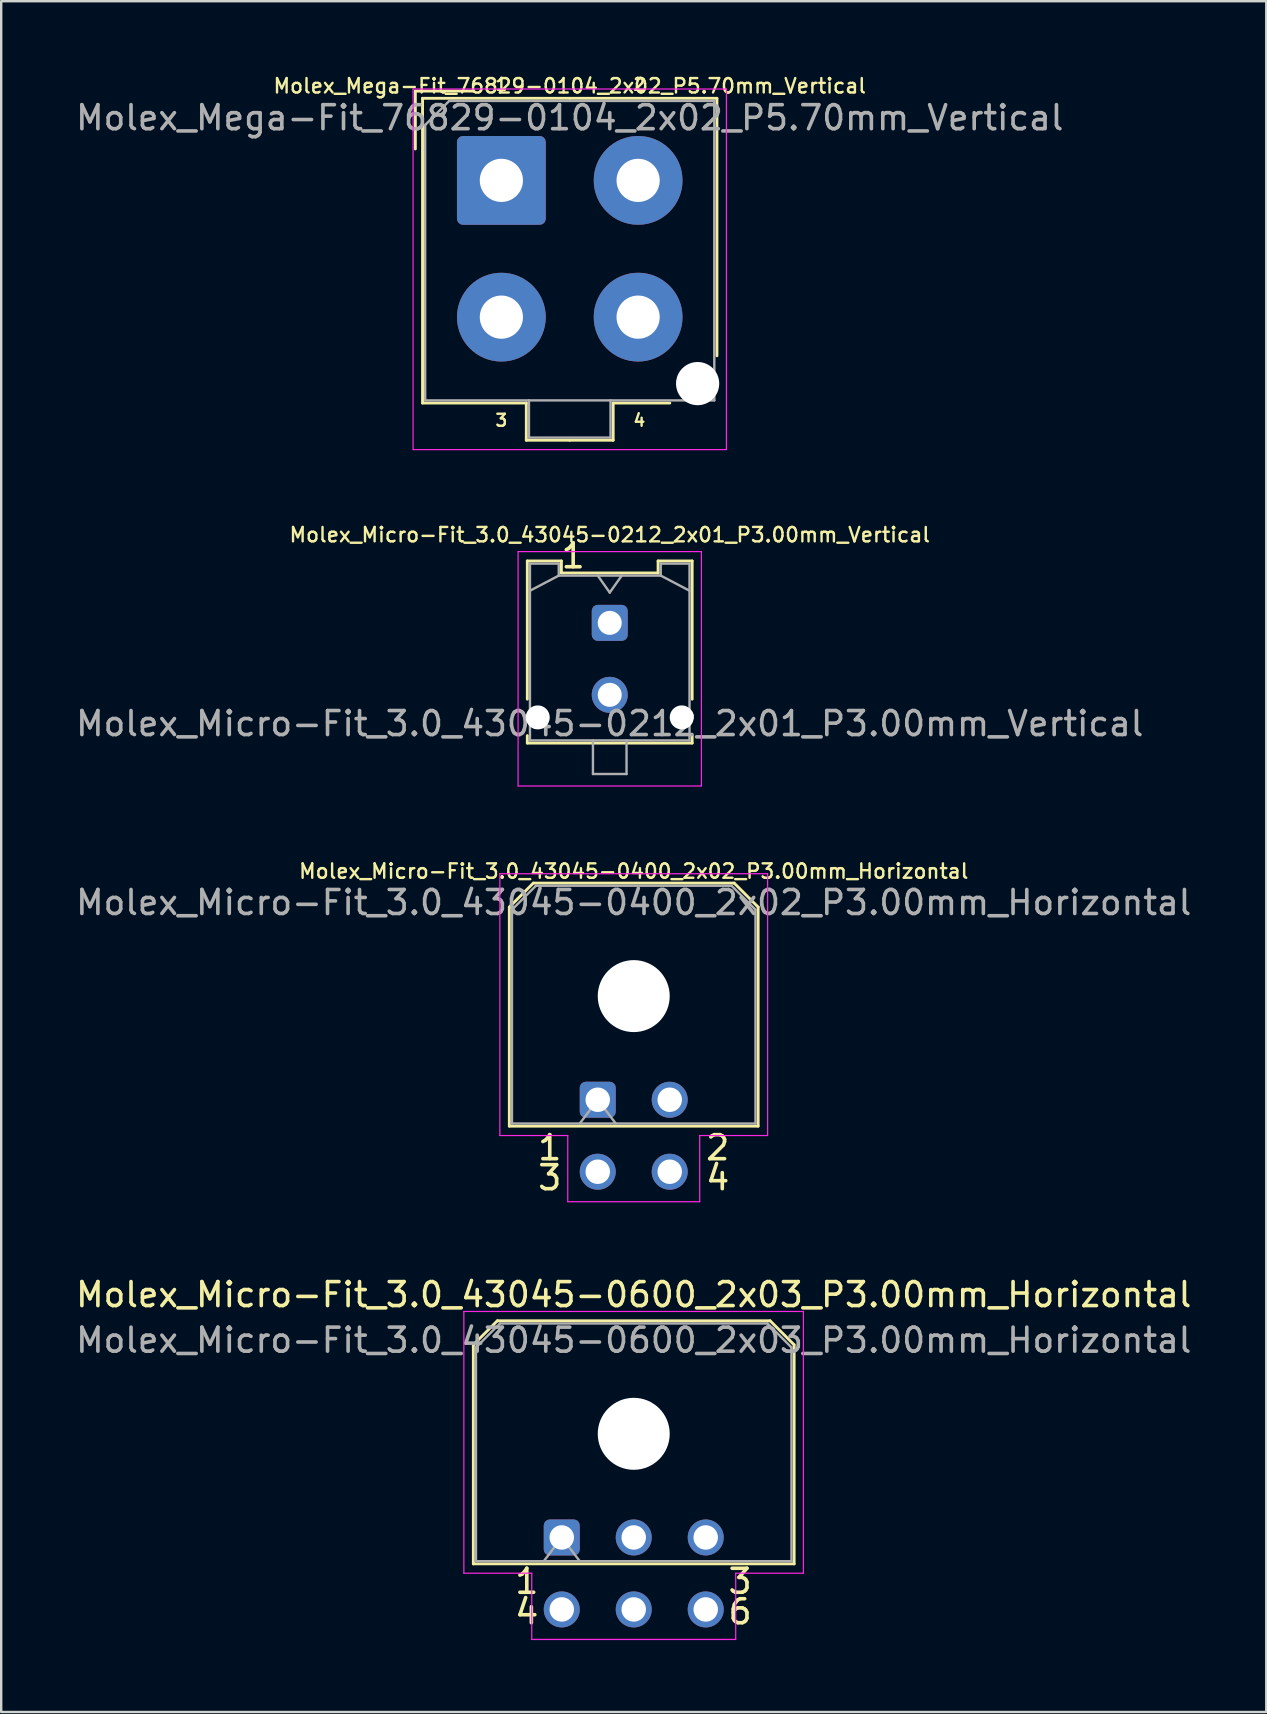
<source format=kicad_pcb>
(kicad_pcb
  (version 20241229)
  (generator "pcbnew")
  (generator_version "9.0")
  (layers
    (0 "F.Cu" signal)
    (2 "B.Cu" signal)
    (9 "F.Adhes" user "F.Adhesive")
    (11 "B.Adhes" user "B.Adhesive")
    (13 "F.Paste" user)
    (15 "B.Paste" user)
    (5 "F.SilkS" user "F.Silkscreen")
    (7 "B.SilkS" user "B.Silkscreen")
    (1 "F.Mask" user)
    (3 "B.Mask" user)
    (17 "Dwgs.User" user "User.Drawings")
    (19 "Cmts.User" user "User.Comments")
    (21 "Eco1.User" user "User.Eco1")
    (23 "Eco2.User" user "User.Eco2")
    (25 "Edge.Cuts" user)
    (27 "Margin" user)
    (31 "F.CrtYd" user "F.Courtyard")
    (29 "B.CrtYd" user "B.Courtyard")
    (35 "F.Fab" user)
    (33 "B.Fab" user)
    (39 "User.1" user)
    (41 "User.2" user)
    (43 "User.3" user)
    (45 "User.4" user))
  (footprint "Molex_Mega-Fit_76829-0104_2x02_P5.70mm_Vertical"
    (layer "F.Cu")
    (at 17.846 4.468)
    (property "Reference" "Molex_Mega-Fit_76829-0104_2x02_P5.70mm_Vertical" (at 2.85 -3.937 0) (layer "F.SilkS") (effects (font (size 0.6 0.6) (thickness 0.1))))
    (attr through_hole)
    (fp_line (start -3.585 -3.72) (end -1.175 -3.72) (stroke (width 0.12) (type solid)) (layer "F.SilkS"))
    (fp_line (start -3.585 -1.31) (end -3.585 -3.72) (stroke (width 0.12) (type solid)) (layer "F.SilkS"))
    (fp_line (start -3.285 -3.42) (end -3.285 9.28) (stroke (width 0.12) (type solid)) (layer "F.SilkS"))
    (fp_line (start -3.285 9.28) (end 1.04 9.28) (stroke (width 0.12) (type solid)) (layer "F.SilkS"))
    (fp_line (start 1.04 9.28) (end 1.04 10.83) (stroke (width 0.12) (type solid)) (layer "F.SilkS"))
    (fp_line (start 1.04 10.83) (end 2.85 10.83) (stroke (width 0.12) (type solid)) (layer "F.SilkS"))
    (fp_line (start 2.85 -3.42) (end -3.285 -3.42) (stroke (width 0.12) (type solid)) (layer "F.SilkS"))
    (fp_line (start 2.85 -3.42) (end 8.985 -3.42) (stroke (width 0.12) (type solid)) (layer "F.SilkS"))
    (fp_line (start 4.66 9.28) (end 4.66 10.83) (stroke (width 0.12) (type solid)) (layer "F.SilkS"))
    (fp_line (start 4.66 10.83) (end 2.85 10.83) (stroke (width 0.12) (type solid)) (layer "F.SilkS"))
    (fp_line (start 7.02 9.28) (end 4.66 9.28) (stroke (width 0.12) (type solid)) (layer "F.SilkS"))
    (fp_line (start 8.985 -3.42) (end 8.985 7.31) (stroke (width 0.12) (type solid)) (layer "F.SilkS"))
    (fp_line (start -3.68 -3.81) (end -3.68 11.22) (stroke (width 0.05) (type solid)) (layer "F.CrtYd"))
    (fp_line (start -3.68 11.22) (end 9.38 11.22) (stroke (width 0.05) (type solid)) (layer "F.CrtYd"))
    (fp_line (start 9.38 -3.81) (end -3.68 -3.81) (stroke (width 0.05) (type solid)) (layer "F.CrtYd"))
    (fp_line (start 9.38 11.22) (end 9.38 -3.81) (stroke (width 0.05) (type solid)) (layer "F.CrtYd"))
    (fp_line (start -3.175 -2.31) (end -3.175 9.17) (stroke (width 0.1) (type solid)) (layer "F.Fab"))
    (fp_line (start -3.175 9.17) (end 8.875 9.17) (stroke (width 0.1) (type solid)) (layer "F.Fab"))
    (fp_line (start -2.175 -3.31) (end -3.175 -2.31) (stroke (width 0.1) (type solid)) (layer "F.Fab"))
    (fp_line (start 1.15 9.17) (end 1.15 10.72) (stroke (width 0.1) (type solid)) (layer "F.Fab"))
    (fp_line (start 1.15 10.72) (end 4.55 10.72) (stroke (width 0.1) (type solid)) (layer "F.Fab"))
    (fp_line (start 4.55 10.72) (end 4.55 9.17) (stroke (width 0.1) (type solid)) (layer "F.Fab"))
    (fp_line (start 8.875 -3.31) (end -2.175 -3.31) (stroke (width 0.1) (type solid)) (layer "F.Fab"))
    (fp_line (start 8.875 9.17) (end 8.875 -3.31) (stroke (width 0.1) (type solid)) (layer "F.Fab"))
    (fp_text user "4" (at 5.75 10 0) (unlocked yes) (layer "F.SilkS") (effects (font (size 0.5 0.5) (thickness 0.1))))
    (fp_text user "1" (at 0 -4 0) (unlocked yes) (layer "F.SilkS") (effects (font (size 0.5 0.5) (thickness 0.1))))
    (fp_text user "2" (at 5.75 -4 0) (unlocked yes) (layer "F.SilkS") (effects (font (size 0.5 0.5) (thickness 0.1))))
    (fp_text user "3" (at 0 10 0) (unlocked yes) (layer "F.SilkS") (effects (font (size 0.5 0.5) (thickness 0.1))))
    (fp_text user "${REFERENCE}" (at 2.85 -2.61 0) (layer "F.Fab") (effects (font (size 1 1) (thickness 0.15))))
    (pad "" np_thru_hole circle (at 8.18 8.47) (size 1.8 1.8) (drill 1.8) (layers "*.Cu" "*.Mask"))
    (pad "1" thru_hole roundrect (at 0 0) (size 3.7 3.7) (drill 1.8) (layers "*.Cu" "*.Mask") (roundrect_rratio 0.068))
    (pad "2" thru_hole circle (at 5.7 0) (size 3.7 3.7) (drill 1.8) (layers "*.Cu" "*.Mask"))
    (pad "3" thru_hole circle (at 0 5.7) (size 3.7 3.7) (drill 1.8) (layers "*.Cu" "*.Mask"))
    (pad "4" thru_hole circle (at 5.7 5.7) (size 3.7 3.7) (drill 1.8) (layers "*.Cu" "*.Mask")))
  (footprint "Molex_Micro-Fit_3.0_43045-0400_2x02_P3.00mm_Horizontal"
    (layer "F.Cu")
    (at 21.863 42.786)
    (property "Reference" "Molex_Micro-Fit_3.0_43045-0400_2x02_P3.00mm_Horizontal" (at 1.5 -9.525 0) (layer "F.SilkS") (effects (font (size 0.6 0.6) (thickness 0.1))))
    (attr through_hole)
    (fp_line (start -3.685 -8.03) (end -2.685 -9.03) (stroke (width 0.12) (type solid)) (layer "F.SilkS"))
    (fp_line (start -3.685 1.1) (end -3.685 -8.03) (stroke (width 0.12) (type solid)) (layer "F.SilkS"))
    (fp_line (start -2.685 -9.03) (end 5.685 -9.03) (stroke (width 0.12) (type solid)) (layer "F.SilkS"))
    (fp_line (start 5.685 -9.03) (end 6.685 -8.03) (stroke (width 0.12) (type solid)) (layer "F.SilkS"))
    (fp_line (start 6.685 -8.03) (end 6.685 1.1) (stroke (width 0.12) (type solid)) (layer "F.SilkS"))
    (fp_line (start 6.685 1.1) (end -3.685 1.1) (stroke (width 0.12) (type solid)) (layer "F.SilkS"))
    (fp_line (start -4.08 -9.42) (end 7.08 -9.42) (stroke (width 0.05) (type solid)) (layer "F.CrtYd"))
    (fp_line (start -4.08 1.49) (end -4.08 -9.42) (stroke (width 0.05) (type solid)) (layer "F.CrtYd"))
    (fp_line (start -1.25 1.49) (end -4.08 1.49) (stroke (width 0.05) (type solid)) (layer "F.CrtYd"))
    (fp_line (start -1.25 4.25) (end -1.25 1.49) (stroke (width 0.05) (type solid)) (layer "F.CrtYd"))
    (fp_line (start 4.25 1.49) (end 4.25 4.25) (stroke (width 0.05) (type solid)) (layer "F.CrtYd"))
    (fp_line (start 4.25 4.25) (end -1.25 4.25) (stroke (width 0.05) (type solid)) (layer "F.CrtYd"))
    (fp_line (start 7.08 -9.42) (end 7.08 1.49) (stroke (width 0.05) (type solid)) (layer "F.CrtYd"))
    (fp_line (start 7.08 1.49) (end 4.25 1.49) (stroke (width 0.05) (type solid)) (layer "F.CrtYd"))
    (fp_line (start -3.575 -7.92) (end -2.575 -8.92) (stroke (width 0.1) (type solid)) (layer "F.Fab"))
    (fp_line (start -3.575 0.99) (end -3.575 -7.92) (stroke (width 0.1) (type solid)) (layer "F.Fab"))
    (fp_line (start -2.575 -8.92) (end 5.575 -8.92) (stroke (width 0.1) (type solid)) (layer "F.Fab"))
    (fp_line (start -0.75 0.99) (end 0 0) (stroke (width 0.1) (type solid)) (layer "F.Fab"))
    (fp_line (start 0 0) (end 0.75 0.99) (stroke (width 0.1) (type solid)) (layer "F.Fab"))
    (fp_line (start 5.575 -8.92) (end 6.575 -7.92) (stroke (width 0.1) (type solid)) (layer "F.Fab"))
    (fp_line (start 6.575 -7.92) (end 6.575 0.99) (stroke (width 0.1) (type solid)) (layer "F.Fab"))
    (fp_line (start 6.575 0.99) (end -3.575 0.99) (stroke (width 0.1) (type solid)) (layer "F.Fab"))
    (fp_text user "3" (at -2 3.25 0) (unlocked yes) (layer "F.SilkS") (effects (font (size 1 1) (thickness 0.15))))
    (fp_text user "1" (at -2 2 0) (unlocked yes) (layer "F.SilkS") (effects (font (size 1 1) (thickness 0.15))))
    (fp_text user "2" (at 5 2 0) (unlocked yes) (layer "F.SilkS") (effects (font (size 1 1) (thickness 0.15))))
    (fp_text user "4" (at 5 3.25 0) (unlocked yes) (layer "F.SilkS") (effects (font (size 1 1) (thickness 0.15))))
    (fp_text user "${REFERENCE}" (at 1.5 -8.22 0) (layer "F.Fab") (effects (font (size 1 1) (thickness 0.15))))
    (pad "" np_thru_hole circle (at 1.5 -4.32) (size 3 3) (drill 3) (layers "*.Cu" "*.Mask"))
    (pad "1" thru_hole roundrect (at 0 0) (size 1.5 1.5) (drill 1.02) (layers "*.Cu" "*.Mask") (roundrect_rratio 0.167))
    (pad "2" thru_hole circle (at 3 0) (size 1.5 1.5) (drill 1.02) (layers "*.Cu" "*.Mask"))
    (pad "3" thru_hole circle (at 0 3) (size 1.5 1.5) (drill 1.02) (layers "*.Cu" "*.Mask"))
    (pad "4" thru_hole circle (at 3 3) (size 1.5 1.5) (drill 1.02) (layers "*.Cu" "*.Mask")))
  (footprint "Molex_Micro-Fit_3.0_43045-0212_2x01_P3.00mm_Vertical"
    (layer "F.Cu")
    (at 22.363 22.91)
    (property "Reference" "Molex_Micro-Fit_3.0_43045-0212_2x01_P3.00mm_Vertical" (at 0 -3.67 0) (layer "F.SilkS") (effects (font (size 0.6 0.6) (thickness 0.1))))
    (attr through_hole)
    (fp_line (start -3.435 -2.58) (end -2.015 -2.58) (stroke (width 0.12) (type solid)) (layer "F.SilkS"))
    (fp_line (start -3.435 3.18) (end -3.435 -2.58) (stroke (width 0.12) (type solid)) (layer "F.SilkS"))
    (fp_line (start -3.435 4.7) (end -3.435 5.01) (stroke (width 0.12) (type solid)) (layer "F.SilkS"))
    (fp_line (start -3.435 5.01) (end 3.435 5.01) (stroke (width 0.12) (type solid)) (layer "F.SilkS"))
    (fp_line (start -2.015 -2.58) (end -2.015 -2.08) (stroke (width 0.12) (type solid)) (layer "F.SilkS"))
    (fp_line (start -2.015 -2.08) (end 2.015 -2.08) (stroke (width 0.12) (type solid)) (layer "F.SilkS"))
    (fp_line (start 2.015 -2.58) (end 3.435 -2.58) (stroke (width 0.12) (type solid)) (layer "F.SilkS"))
    (fp_line (start 2.015 -2.08) (end 2.015 -2.58) (stroke (width 0.12) (type solid)) (layer "F.SilkS"))
    (fp_line (start 3.435 -2.58) (end 3.435 3.18) (stroke (width 0.12) (type solid)) (layer "F.SilkS"))
    (fp_line (start 3.435 5.01) (end 3.435 4.7) (stroke (width 0.12) (type solid)) (layer "F.SilkS"))
    (fp_line (start -3.82 -2.97) (end 3.82 -2.97) (stroke (width 0.05) (type solid)) (layer "F.CrtYd"))
    (fp_line (start -3.82 6.8) (end -3.82 -2.97) (stroke (width 0.05) (type solid)) (layer "F.CrtYd"))
    (fp_line (start 3.82 -2.97) (end 3.82 6.8) (stroke (width 0.05) (type solid)) (layer "F.CrtYd"))
    (fp_line (start 3.82 6.8) (end -3.82 6.8) (stroke (width 0.05) (type solid)) (layer "F.CrtYd"))
    (fp_line (start -3.325 -2.47) (end -3.325 4.9) (stroke (width 0.1) (type solid)) (layer "F.Fab"))
    (fp_line (start -3.325 -1.34) (end -2.125 -1.97) (stroke (width 0.1) (type solid)) (layer "F.Fab"))
    (fp_line (start -3.325 4.9) (end 3.325 4.9) (stroke (width 0.1) (type solid)) (layer "F.Fab"))
    (fp_line (start -2.125 -2.47) (end -3.325 -2.47) (stroke (width 0.1) (type solid)) (layer "F.Fab"))
    (fp_line (start -2.125 -1.97) (end -2.125 -2.47) (stroke (width 0.1) (type solid)) (layer "F.Fab"))
    (fp_line (start -0.7 4.9) (end -0.7 6.3) (stroke (width 0.1) (type solid)) (layer "F.Fab"))
    (fp_line (start -0.7 6.3) (end 0.7 6.3) (stroke (width 0.1) (type solid)) (layer "F.Fab"))
    (fp_line (start -0.5 -1.97) (end 0 -1.263) (stroke (width 0.1) (type solid)) (layer "F.Fab"))
    (fp_line (start 0 -1.263) (end 0.5 -1.97) (stroke (width 0.1) (type solid)) (layer "F.Fab"))
    (fp_line (start 0.7 6.3) (end 0.7 4.9) (stroke (width 0.1) (type solid)) (layer "F.Fab"))
    (fp_line (start 2.125 -2.47) (end 2.125 -1.97) (stroke (width 0.1) (type solid)) (layer "F.Fab"))
    (fp_line (start 2.125 -1.97) (end -2.125 -1.97) (stroke (width 0.1) (type solid)) (layer "F.Fab"))
    (fp_line (start 3.325 -2.47) (end 2.125 -2.47) (stroke (width 0.1) (type solid)) (layer "F.Fab"))
    (fp_line (start 3.325 -1.34) (end 2.125 -1.97) (stroke (width 0.1) (type solid)) (layer "F.Fab"))
    (fp_line (start 3.325 4.9) (end 3.325 -2.47) (stroke (width 0.1) (type solid)) (layer "F.Fab"))
    (fp_text user "1" (at -1.524 -2.794 0) (unlocked yes) (layer "F.SilkS") (effects (font (size 1 1) (thickness 0.15))))
    (fp_text user "${REFERENCE}" (at 0 4.2 0) (layer "F.Fab") (effects (font (size 1 1) (thickness 0.15))))
    (pad "" np_thru_hole circle (at -3 3.94) (size 1 1) (drill 1) (layers "*.Cu" "*.Mask"))
    (pad "" np_thru_hole circle (at 3 3.94) (size 1 1) (drill 1) (layers "*.Cu" "*.Mask"))
    (pad "1" thru_hole roundrect (at 0 0) (size 1.5 1.5) (drill 1) (layers "*.Cu" "*.Mask") (roundrect_rratio 0.167))
    (pad "2" thru_hole circle (at 0 3) (size 1.5 1.5) (drill 1) (layers "*.Cu" "*.Mask")))
  (footprint "Molex_Micro-Fit_3.0_43045-0600_2x03_P3.00mm_Horizontal"
    (layer "F.Cu")
    (at 20.363 61.029)
    (property "Reference" "Molex_Micro-Fit_3.0_43045-0600_2x03_P3.00mm_Horizontal" (at 3 -10.12 0) (layer "F.SilkS") (effects (font (size 1 1) (thickness 0.15))))
    (attr through_hole)
    (fp_line (start -3.685 -8.03) (end -2.685 -9.03) (stroke (width 0.12) (type solid)) (layer "F.SilkS"))
    (fp_line (start -3.685 1.1) (end -3.685 -8.03) (stroke (width 0.12) (type solid)) (layer "F.SilkS"))
    (fp_line (start -2.685 -9.03) (end 8.685 -9.03) (stroke (width 0.12) (type solid)) (layer "F.SilkS"))
    (fp_line (start 8.685 -9.03) (end 9.685 -8.03) (stroke (width 0.12) (type solid)) (layer "F.SilkS"))
    (fp_line (start 9.685 -8.03) (end 9.685 1.1) (stroke (width 0.12) (type solid)) (layer "F.SilkS"))
    (fp_line (start 9.685 1.1) (end -3.685 1.1) (stroke (width 0.12) (type solid)) (layer "F.SilkS"))
    (fp_line (start -4.08 -9.42) (end 10.07 -9.42) (stroke (width 0.05) (type solid)) (layer "F.CrtYd"))
    (fp_line (start -4.08 1.49) (end -4.08 -9.42) (stroke (width 0.05) (type solid)) (layer "F.CrtYd"))
    (fp_line (start -1.25 1.49) (end -4.08 1.49) (stroke (width 0.05) (type solid)) (layer "F.CrtYd"))
    (fp_line (start -1.25 4.25) (end -1.25 1.49) (stroke (width 0.05) (type solid)) (layer "F.CrtYd"))
    (fp_line (start 7.25 1.49) (end 7.25 4.25) (stroke (width 0.05) (type solid)) (layer "F.CrtYd"))
    (fp_line (start 7.25 4.25) (end -1.25 4.25) (stroke (width 0.05) (type solid)) (layer "F.CrtYd"))
    (fp_line (start 10.07 -9.42) (end 10.07 1.49) (stroke (width 0.05) (type solid)) (layer "F.CrtYd"))
    (fp_line (start 10.07 1.49) (end 7.25 1.49) (stroke (width 0.05) (type solid)) (layer "F.CrtYd"))
    (fp_line (start -3.575 -7.92) (end -2.575 -8.92) (stroke (width 0.1) (type solid)) (layer "F.Fab"))
    (fp_line (start -3.575 0.99) (end -3.575 -7.92) (stroke (width 0.1) (type solid)) (layer "F.Fab"))
    (fp_line (start -2.575 -8.92) (end 8.575 -8.92) (stroke (width 0.1) (type solid)) (layer "F.Fab"))
    (fp_line (start -0.75 0.99) (end 0 0) (stroke (width 0.1) (type solid)) (layer "F.Fab"))
    (fp_line (start 0 0) (end 0.75 0.99) (stroke (width 0.1) (type solid)) (layer "F.Fab"))
    (fp_line (start 8.575 -8.92) (end 9.575 -7.92) (stroke (width 0.1) (type solid)) (layer "F.Fab"))
    (fp_line (start 9.575 -7.92) (end 9.575 0.99) (stroke (width 0.1) (type solid)) (layer "F.Fab"))
    (fp_line (start 9.575 0.99) (end -3.575 0.99) (stroke (width 0.1) (type solid)) (layer "F.Fab"))
    (fp_text user "6" (at 6.858 3.683 0) (unlocked yes) (layer "F.SilkS") (effects (font (size 1 1) (thickness 0.15)) (justify left bottom)))
    (fp_text user "4" (at -2.032 3.683 0) (unlocked yes) (layer "F.SilkS") (effects (font (size 1 1) (thickness 0.15)) (justify left bottom)))
    (fp_text user "1" (at -2.032 2.413 0) (unlocked yes) (layer "F.SilkS") (effects (font (size 1 1) (thickness 0.15)) (justify left bottom)))
    (fp_text user "3" (at 6.858 2.413 0) (unlocked yes) (layer "F.SilkS") (effects (font (size 1 1) (thickness 0.15)) (justify left bottom)))
    (fp_text user "${REFERENCE}" (at 3 -8.22 0) (layer "F.Fab") (effects (font (size 1 1) (thickness 0.15))))
    (pad "" np_thru_hole circle (at 3 -4.32) (size 3 3) (drill 3) (layers "*.Cu" "*.Mask"))
    (pad "1" thru_hole roundrect (at 0 0) (size 1.5 1.5) (drill 1.02) (layers "*.Cu" "*.Mask") (roundrect_rratio 0.167))
    (pad "2" thru_hole circle (at 3 0) (size 1.5 1.5) (drill 1.02) (layers "*.Cu" "*.Mask"))
    (pad "3" thru_hole circle (at 6 0) (size 1.5 1.5) (drill 1.02) (layers "*.Cu" "*.Mask"))
    (pad "4" thru_hole circle (at 0 3) (size 1.5 1.5) (drill 1.02) (layers "*.Cu" "*.Mask"))
    (pad "5" thru_hole circle (at 3 3) (size 1.5 1.5) (drill 1.02) (layers "*.Cu" "*.Mask"))
    (pad "6" thru_hole circle (at 6 3) (size 1.5 1.5) (drill 1.02) (layers "*.Cu" "*.Mask")))
  (gr_rect
    (start -3 -3)
    (end 49.726 68.304)
    (stroke (width 0.1) (type default))
    (fill no)
    (layer "Edge.Cuts")))
</source>
